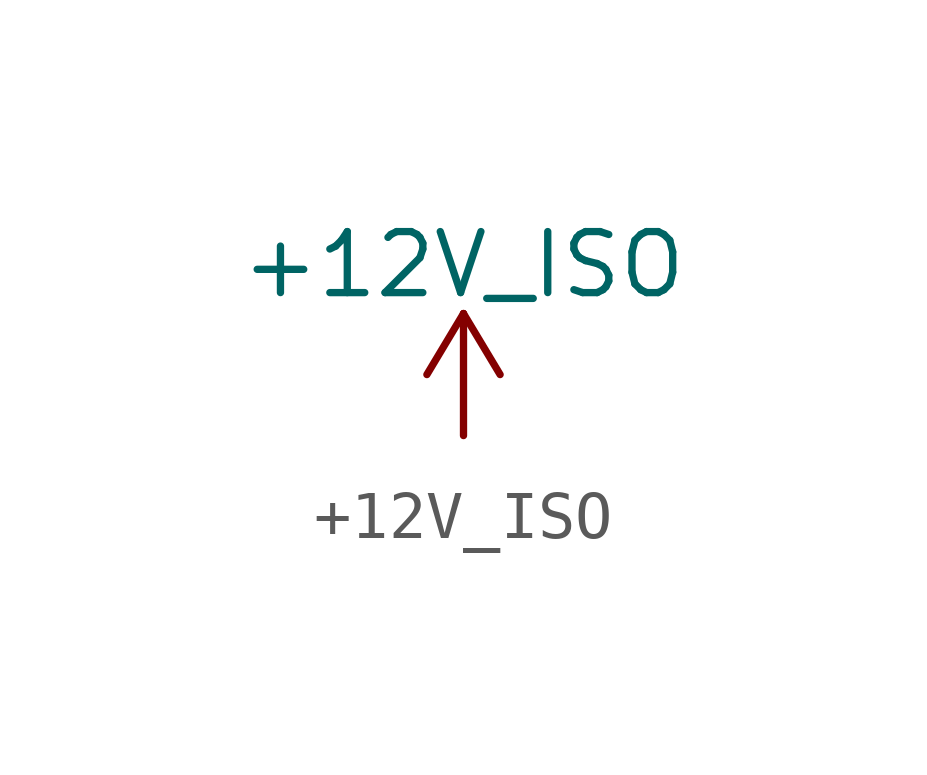
<source format=kicad_sym>
(kicad_symbol_lib
  (version 20220914)
  (generator kicad_symbol_editor)
  (symbol "+12V_ISO"
    (power)
    (pin_names
      (offset 0))
    (property "Reference" "#PWR"
      (at 0 -3.81 0)
      (effects (font (size 1.27 1.27)) hide))
    (property "Value" "+12V_ISO"
      (at 0 3.556 0)
      (effects (font (size 1.27 1.27))))
    (symbol "+12V_ISO_0_1"
      (polyline (pts (xy -0.762 1.27) (xy 0 2.54)) (stroke (width 0) (type default)) (fill (type none)))
      (polyline (pts (xy 0 0) (xy 0 2.54)) (stroke (width 0) (type default)) (fill (type none)))
      (polyline (pts (xy 0 2.54) (xy 0.762 1.27)) (stroke (width 0) (type default)) (fill (type none))))
    (symbol "+12V_ISO_1_1"
      (pin power_in line (at 0 0 90) (length 0) hide (name "+12V_ISO" (effects (font (size 1.27 1.27)))) (number "1" (effects (font (size 1.27 1.27))))))))
</source>
